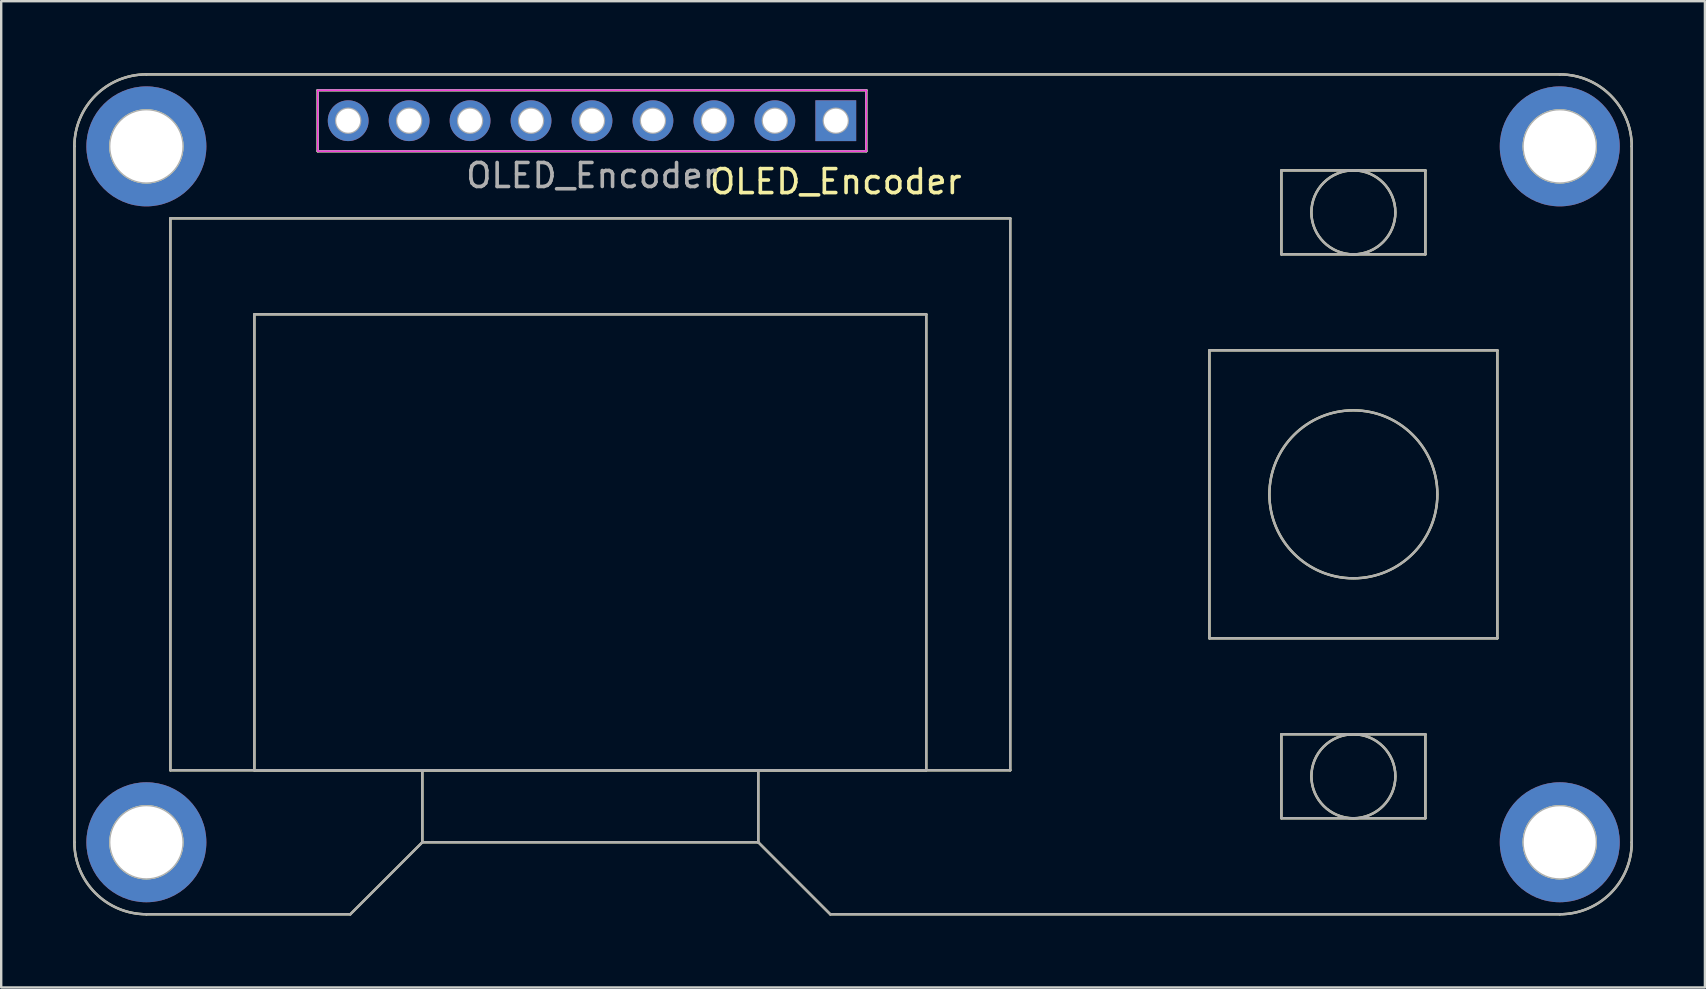
<source format=kicad_pcb>
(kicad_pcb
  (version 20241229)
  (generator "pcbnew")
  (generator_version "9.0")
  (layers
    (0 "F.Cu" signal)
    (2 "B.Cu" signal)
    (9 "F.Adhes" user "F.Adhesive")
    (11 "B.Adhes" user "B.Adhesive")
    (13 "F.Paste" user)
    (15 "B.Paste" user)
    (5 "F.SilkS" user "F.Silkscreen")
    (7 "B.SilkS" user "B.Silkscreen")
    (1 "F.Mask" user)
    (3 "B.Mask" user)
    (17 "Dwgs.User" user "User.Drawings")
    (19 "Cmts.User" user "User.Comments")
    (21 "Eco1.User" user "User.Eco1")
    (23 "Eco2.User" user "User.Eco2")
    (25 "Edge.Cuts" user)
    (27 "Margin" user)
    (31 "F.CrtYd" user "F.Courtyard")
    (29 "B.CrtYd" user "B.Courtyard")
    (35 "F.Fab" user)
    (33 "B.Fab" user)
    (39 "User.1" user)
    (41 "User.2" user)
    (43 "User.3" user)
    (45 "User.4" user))
  (footprint "OLED_Encoder"
    (layer "F.Cu")
    (at 31.78 1.98)
    (property "Reference" "OLED_Encoder" (at 0 2.54 0) (layer "F.SilkS") (effects (font (size 1 1) (thickness 0.15))))
    (attr through_hole)
    (fp_line (start -31.73 1.07) (end -31.73 30.07) (stroke (width 0.1) (type default)) (layer "F.SilkS"))
    (fp_line (start -28.73 33.07) (end -20.23 33.07) (stroke (width 0.1) (type default)) (layer "F.SilkS"))
    (fp_line (start -27.73 4.07) (end -27.73 27.07) (stroke (width 0.1) (type default)) (layer "F.SilkS"))
    (fp_line (start -27.73 27.07) (end 7.27 27.07) (stroke (width 0.1) (type default)) (layer "F.SilkS"))
    (fp_line (start -24.23 8.07) (end -24.23 27.07) (stroke (width 0.1) (type default)) (layer "F.SilkS"))
    (fp_line (start -24.23 27.07) (end 3.77 27.07) (stroke (width 0.1) (type default)) (layer "F.SilkS"))
    (fp_line (start -21.59 -1.27) (end -21.59 1.27) (stroke (width 0.1) (type default)) (layer "F.SilkS"))
    (fp_line (start -21.59 1.27) (end 1.27 1.27) (stroke (width 0.1) (type default)) (layer "F.SilkS"))
    (fp_line (start -20.23 33.07) (end -17.23 30.07) (stroke (width 0.1) (type default)) (layer "F.SilkS"))
    (fp_line (start -17.23 30.07) (end -17.23 27.07) (stroke (width 0.1) (type default)) (layer "F.SilkS"))
    (fp_line (start -17.23 30.07) (end -3.23 30.07) (stroke (width 0.1) (type default)) (layer "F.SilkS"))
    (fp_line (start -3.23 30.07) (end -3.23 27.07) (stroke (width 0.1) (type default)) (layer "F.SilkS"))
    (fp_line (start -3.23 30.07) (end -0.23 33.07) (stroke (width 0.1) (type default)) (layer "F.SilkS"))
    (fp_line (start -0.23 33.07) (end 30.17 33.07) (stroke (width 0.1) (type default)) (layer "F.SilkS"))
    (fp_line (start 1.27 -1.27) (end -21.59 -1.27) (stroke (width 0.1) (type default)) (layer "F.SilkS"))
    (fp_line (start 1.27 1.27) (end 1.27 -1.27) (stroke (width 0.1) (type default)) (layer "F.SilkS"))
    (fp_line (start 3.77 8.07) (end -24.23 8.07) (stroke (width 0.1) (type default)) (layer "F.SilkS"))
    (fp_line (start 3.77 27.07) (end 3.77 8.07) (stroke (width 0.1) (type default)) (layer "F.SilkS"))
    (fp_line (start 7.27 4.07) (end -27.73 4.07) (stroke (width 0.1) (type default)) (layer "F.SilkS"))
    (fp_line (start 7.27 27.07) (end 7.27 4.07) (stroke (width 0.1) (type default)) (layer "F.SilkS"))
    (fp_line (start 15.57 9.57) (end 15.57 21.57) (stroke (width 0.1) (type default)) (layer "F.SilkS"))
    (fp_line (start 15.57 21.57) (end 27.57 21.57) (stroke (width 0.1) (type default)) (layer "F.SilkS"))
    (fp_line (start 18.57 2.07) (end 18.57 5.57) (stroke (width 0.1) (type default)) (layer "F.SilkS"))
    (fp_line (start 18.57 5.57) (end 24.57 5.57) (stroke (width 0.1) (type default)) (layer "F.SilkS"))
    (fp_line (start 18.57 25.57) (end 18.57 29.07) (stroke (width 0.1) (type default)) (layer "F.SilkS"))
    (fp_line (start 18.57 29.07) (end 24.57 29.07) (stroke (width 0.1) (type default)) (layer "F.SilkS"))
    (fp_line (start 24.57 2.07) (end 18.57 2.07) (stroke (width 0.1) (type default)) (layer "F.SilkS"))
    (fp_line (start 24.57 5.57) (end 24.57 2.07) (stroke (width 0.1) (type default)) (layer "F.SilkS"))
    (fp_line (start 24.57 25.57) (end 18.57 25.57) (stroke (width 0.1) (type default)) (layer "F.SilkS"))
    (fp_line (start 24.57 29.07) (end 24.57 25.57) (stroke (width 0.1) (type default)) (layer "F.SilkS"))
    (fp_line (start 27.57 9.57) (end 15.57 9.57) (stroke (width 0.1) (type default)) (layer "F.SilkS"))
    (fp_line (start 27.57 21.57) (end 27.57 9.57) (stroke (width 0.1) (type default)) (layer "F.SilkS"))
    (fp_line (start 30.17 -1.93) (end -28.73 -1.93) (stroke (width 0.1) (type default)) (layer "F.SilkS"))
    (fp_line (start 33.17 30.07) (end 33.17 1.07) (stroke (width 0.1) (type default)) (layer "F.SilkS"))
    (fp_arc (start -31.73 1.07) (mid -30.85132 -1.05132) (end -28.73 -1.93) (stroke (width 0.1) (type default)) (layer "F.SilkS"))
    (fp_arc (start -28.73 33.07) (mid -30.85132 32.19132) (end -31.73 30.07) (stroke (width 0.1) (type default)) (layer "F.SilkS"))
    (fp_arc (start 30.17 -1.93) (mid 32.29132 -1.05132) (end 33.17 1.07) (stroke (width 0.1) (type default)) (layer "F.SilkS"))
    (fp_arc (start 33.17 30.07) (mid 32.29132 32.19132) (end 30.17 33.07) (stroke (width 0.1) (type default)) (layer "F.SilkS"))
    (fp_circle (center -28.73 1.07) (end -27.23 1.07) (stroke (width 0.1) (type default)) (fill no) (layer "F.SilkS"))
    (fp_circle (center -28.73 30.07) (end -27.23 30.07) (stroke (width 0.1) (type default)) (fill no) (layer "F.SilkS"))
    (fp_circle (center 21.57 27.32) (end 23.32 27.32) (stroke (width 0.1) (type default)) (fill no) (layer "F.SilkS"))
    (fp_circle (center 21.57 3.82) (end 23.32 3.82) (stroke (width 0.1) (type default)) (fill no) (layer "F.SilkS"))
    (fp_circle (center 21.57 15.57) (end 25.07 15.57) (stroke (width 0.1) (type default)) (fill no) (layer "F.SilkS"))
    (fp_circle (center 30.17 1.07) (end 31.67 1.07) (stroke (width 0.1) (type default)) (fill no) (layer "F.SilkS"))
    (fp_circle (center 30.17 30.07) (end 31.67 30.07) (stroke (width 0.1) (type default)) (fill no) (layer "F.SilkS"))
    (fp_rect (start -21.59 -1.27) (end 1.27 1.27) (stroke (width 0.05) (type solid)) (fill no) (layer "F.CrtYd"))
    (fp_line (start -31.73 1.07) (end -31.73 30.07) (stroke (width 0.1) (type default)) (layer "F.Fab"))
    (fp_line (start -28.73 33.07) (end -20.23 33.07) (stroke (width 0.1) (type default)) (layer "F.Fab"))
    (fp_line (start -27.73 4.07) (end -27.73 27.07) (stroke (width 0.1) (type default)) (layer "F.Fab"))
    (fp_line (start -27.73 27.07) (end 7.27 27.07) (stroke (width 0.1) (type default)) (layer "F.Fab"))
    (fp_line (start -24.23 8.07) (end -24.23 27.07) (stroke (width 0.1) (type default)) (layer "F.Fab"))
    (fp_line (start -24.23 27.07) (end 3.77 27.07) (stroke (width 0.1) (type default)) (layer "F.Fab"))
    (fp_line (start -21.59 -1.27) (end -21.59 1.27) (stroke (width 0.1) (type default)) (layer "F.Fab"))
    (fp_line (start -21.59 1.27) (end 1.27 1.27) (stroke (width 0.1) (type default)) (layer "F.Fab"))
    (fp_line (start -20.23 33.07) (end -17.23 30.07) (stroke (width 0.1) (type default)) (layer "F.Fab"))
    (fp_line (start -17.23 30.07) (end -17.23 27.07) (stroke (width 0.1) (type default)) (layer "F.Fab"))
    (fp_line (start -17.23 30.07) (end -3.23 30.07) (stroke (width 0.1) (type default)) (layer "F.Fab"))
    (fp_line (start -3.23 30.07) (end -3.23 27.07) (stroke (width 0.1) (type default)) (layer "F.Fab"))
    (fp_line (start -3.23 30.07) (end -0.23 33.07) (stroke (width 0.1) (type default)) (layer "F.Fab"))
    (fp_line (start -0.23 33.07) (end 30.17 33.07) (stroke (width 0.1) (type default)) (layer "F.Fab"))
    (fp_line (start 1.27 -1.27) (end -21.59 -1.27) (stroke (width 0.1) (type default)) (layer "F.Fab"))
    (fp_line (start 1.27 1.27) (end 1.27 -1.27) (stroke (width 0.1) (type default)) (layer "F.Fab"))
    (fp_line (start 3.77 8.07) (end -24.23 8.07) (stroke (width 0.1) (type default)) (layer "F.Fab"))
    (fp_line (start 3.77 27.07) (end 3.77 8.07) (stroke (width 0.1) (type default)) (layer "F.Fab"))
    (fp_line (start 7.27 4.07) (end -27.73 4.07) (stroke (width 0.1) (type default)) (layer "F.Fab"))
    (fp_line (start 7.27 27.07) (end 7.27 4.07) (stroke (width 0.1) (type default)) (layer "F.Fab"))
    (fp_line (start 15.57 9.57) (end 15.57 21.57) (stroke (width 0.1) (type default)) (layer "F.Fab"))
    (fp_line (start 15.57 21.57) (end 27.57 21.57) (stroke (width 0.1) (type default)) (layer "F.Fab"))
    (fp_line (start 18.57 2.07) (end 18.57 5.57) (stroke (width 0.1) (type default)) (layer "F.Fab"))
    (fp_line (start 18.57 5.57) (end 24.57 5.57) (stroke (width 0.1) (type default)) (layer "F.Fab"))
    (fp_line (start 18.57 25.57) (end 18.57 29.07) (stroke (width 0.1) (type default)) (layer "F.Fab"))
    (fp_line (start 18.57 29.07) (end 24.57 29.07) (stroke (width 0.1) (type default)) (layer "F.Fab"))
    (fp_line (start 24.57 2.07) (end 18.57 2.07) (stroke (width 0.1) (type default)) (layer "F.Fab"))
    (fp_line (start 24.57 5.57) (end 24.57 2.07) (stroke (width 0.1) (type default)) (layer "F.Fab"))
    (fp_line (start 24.57 25.57) (end 18.57 25.57) (stroke (width 0.1) (type default)) (layer "F.Fab"))
    (fp_line (start 24.57 29.07) (end 24.57 25.57) (stroke (width 0.1) (type default)) (layer "F.Fab"))
    (fp_line (start 27.57 9.57) (end 15.57 9.57) (stroke (width 0.1) (type default)) (layer "F.Fab"))
    (fp_line (start 27.57 21.57) (end 27.57 9.57) (stroke (width 0.1) (type default)) (layer "F.Fab"))
    (fp_line (start 30.17 -1.93) (end -28.73 -1.93) (stroke (width 0.1) (type default)) (layer "F.Fab"))
    (fp_line (start 33.17 30.07) (end 33.17 1.07) (stroke (width 0.1) (type default)) (layer "F.Fab"))
    (fp_arc (start -31.73 1.07) (mid -30.85132 -1.05132) (end -28.73 -1.93) (stroke (width 0.1) (type default)) (layer "F.Fab"))
    (fp_arc (start -28.73 33.07) (mid -30.85132 32.19132) (end -31.73 30.07) (stroke (width 0.1) (type default)) (layer "F.Fab"))
    (fp_arc (start 30.17 -1.93) (mid 32.29132 -1.05132) (end 33.17 1.07) (stroke (width 0.1) (type default)) (layer "F.Fab"))
    (fp_arc (start 33.17 30.07) (mid 32.29132 32.19132) (end 30.17 33.07) (stroke (width 0.1) (type default)) (layer "F.Fab"))
    (fp_circle (center -28.73 1.07) (end -27.23 1.07) (stroke (width 0.1) (type default)) (fill no) (layer "F.Fab"))
    (fp_circle (center -28.73 30.07) (end -27.23 30.07) (stroke (width 0.1) (type default)) (fill no) (layer "F.Fab"))
    (fp_circle (center -20.32 0) (end -19.82 0) (stroke (width 0.1) (type default)) (fill no) (layer "F.Fab"))
    (fp_circle (center -17.78 0) (end -17.28 0) (stroke (width 0.1) (type default)) (fill no) (layer "F.Fab"))
    (fp_circle (center -15.24 0) (end -14.74 0) (stroke (width 0.1) (type default)) (fill no) (layer "F.Fab"))
    (fp_circle (center -12.7 0) (end -12.2 0) (stroke (width 0.1) (type default)) (fill no) (layer "F.Fab"))
    (fp_circle (center -10.16 0) (end -9.66 0) (stroke (width 0.1) (type default)) (fill no) (layer "F.Fab"))
    (fp_circle (center -7.62 0) (end -7.12 0) (stroke (width 0.1) (type default)) (fill no) (layer "F.Fab"))
    (fp_circle (center -5.08 0) (end -4.58 0) (stroke (width 0.1) (type default)) (fill no) (layer "F.Fab"))
    (fp_circle (center -2.54 0) (end -2.04 0) (stroke (width 0.1) (type default)) (fill no) (layer "F.Fab"))
    (fp_circle (center 0 0) (end 0.5 0) (stroke (width 0.1) (type default)) (fill no) (layer "F.Fab"))
    (fp_circle (center 21.57 27.32) (end 23.32 27.32) (stroke (width 0.1) (type default)) (fill no) (layer "F.Fab"))
    (fp_circle (center 21.57 3.82) (end 23.32 3.82) (stroke (width 0.1) (type default)) (fill no) (layer "F.Fab"))
    (fp_circle (center 21.57 15.57) (end 25.07 15.57) (stroke (width 0.1) (type default)) (fill no) (layer "F.Fab"))
    (fp_circle (center 30.17 1.07) (end 31.67 1.07) (stroke (width 0.1) (type default)) (fill no) (layer "F.Fab"))
    (fp_circle (center 30.17 30.07) (end 31.67 30.07) (stroke (width 0.1) (type default)) (fill no) (layer "F.Fab"))
    (fp_text user "${REFERENCE}" (at -10.16 2.286 180) (layer "F.Fab") (effects (font (size 1 1) (thickness 0.15))))
    (pad "" np_thru_hole circle (at -28.73 1.07 270) (size 5 5) (drill 3) (layers "*.Cu" "*.Mask"))
    (pad "" np_thru_hole circle (at -28.73 30.07 270) (size 5 5) (drill 3) (layers "*.Cu" "*.Mask"))
    (pad "" np_thru_hole circle (at 30.17 1.07 270) (size 5 5) (drill 3) (layers "*.Cu" "*.Mask"))
    (pad "" np_thru_hole circle (at 30.17 30.07 270) (size 5 5) (drill 3) (layers "*.Cu" "*.Mask"))
    (pad "1" thru_hole rect (at 0 0 270) (size 1.7 1.7) (drill 1) (layers "*.Cu" "*.Mask"))
    (pad "2" thru_hole circle (at -2.54 0 270) (size 1.7 1.7) (drill 1) (layers "*.Cu" "*.Mask"))
    (pad "3" thru_hole circle (at -5.08 0 270) (size 1.7 1.7) (drill 1) (layers "*.Cu" "*.Mask"))
    (pad "4" thru_hole circle (at -7.62 0 270) (size 1.7 1.7) (drill 1) (layers "*.Cu" "*.Mask"))
    (pad "5" thru_hole circle (at -10.16 0 270) (size 1.7 1.7) (drill 1) (layers "*.Cu" "*.Mask"))
    (pad "6" thru_hole circle (at -12.7 0 270) (size 1.7 1.7) (drill 1) (layers "*.Cu" "*.Mask"))
    (pad "7" thru_hole circle (at -15.24 0 270) (size 1.7 1.7) (drill 1) (layers "*.Cu" "*.Mask"))
    (pad "8" thru_hole circle (at -17.78 0 270) (size 1.7 1.7) (drill 1) (layers "*.Cu" "*.Mask"))
    (pad "9" thru_hole circle (at -20.32 0 270) (size 1.7 1.7) (drill 1) (layers "*.Cu" "*.Mask")))
  (gr_rect
    (start -3 -3)
    (end 68 38.1)
    (stroke (width 0.1) (type default))
    (fill no)
    (layer "Edge.Cuts")))
</source>
